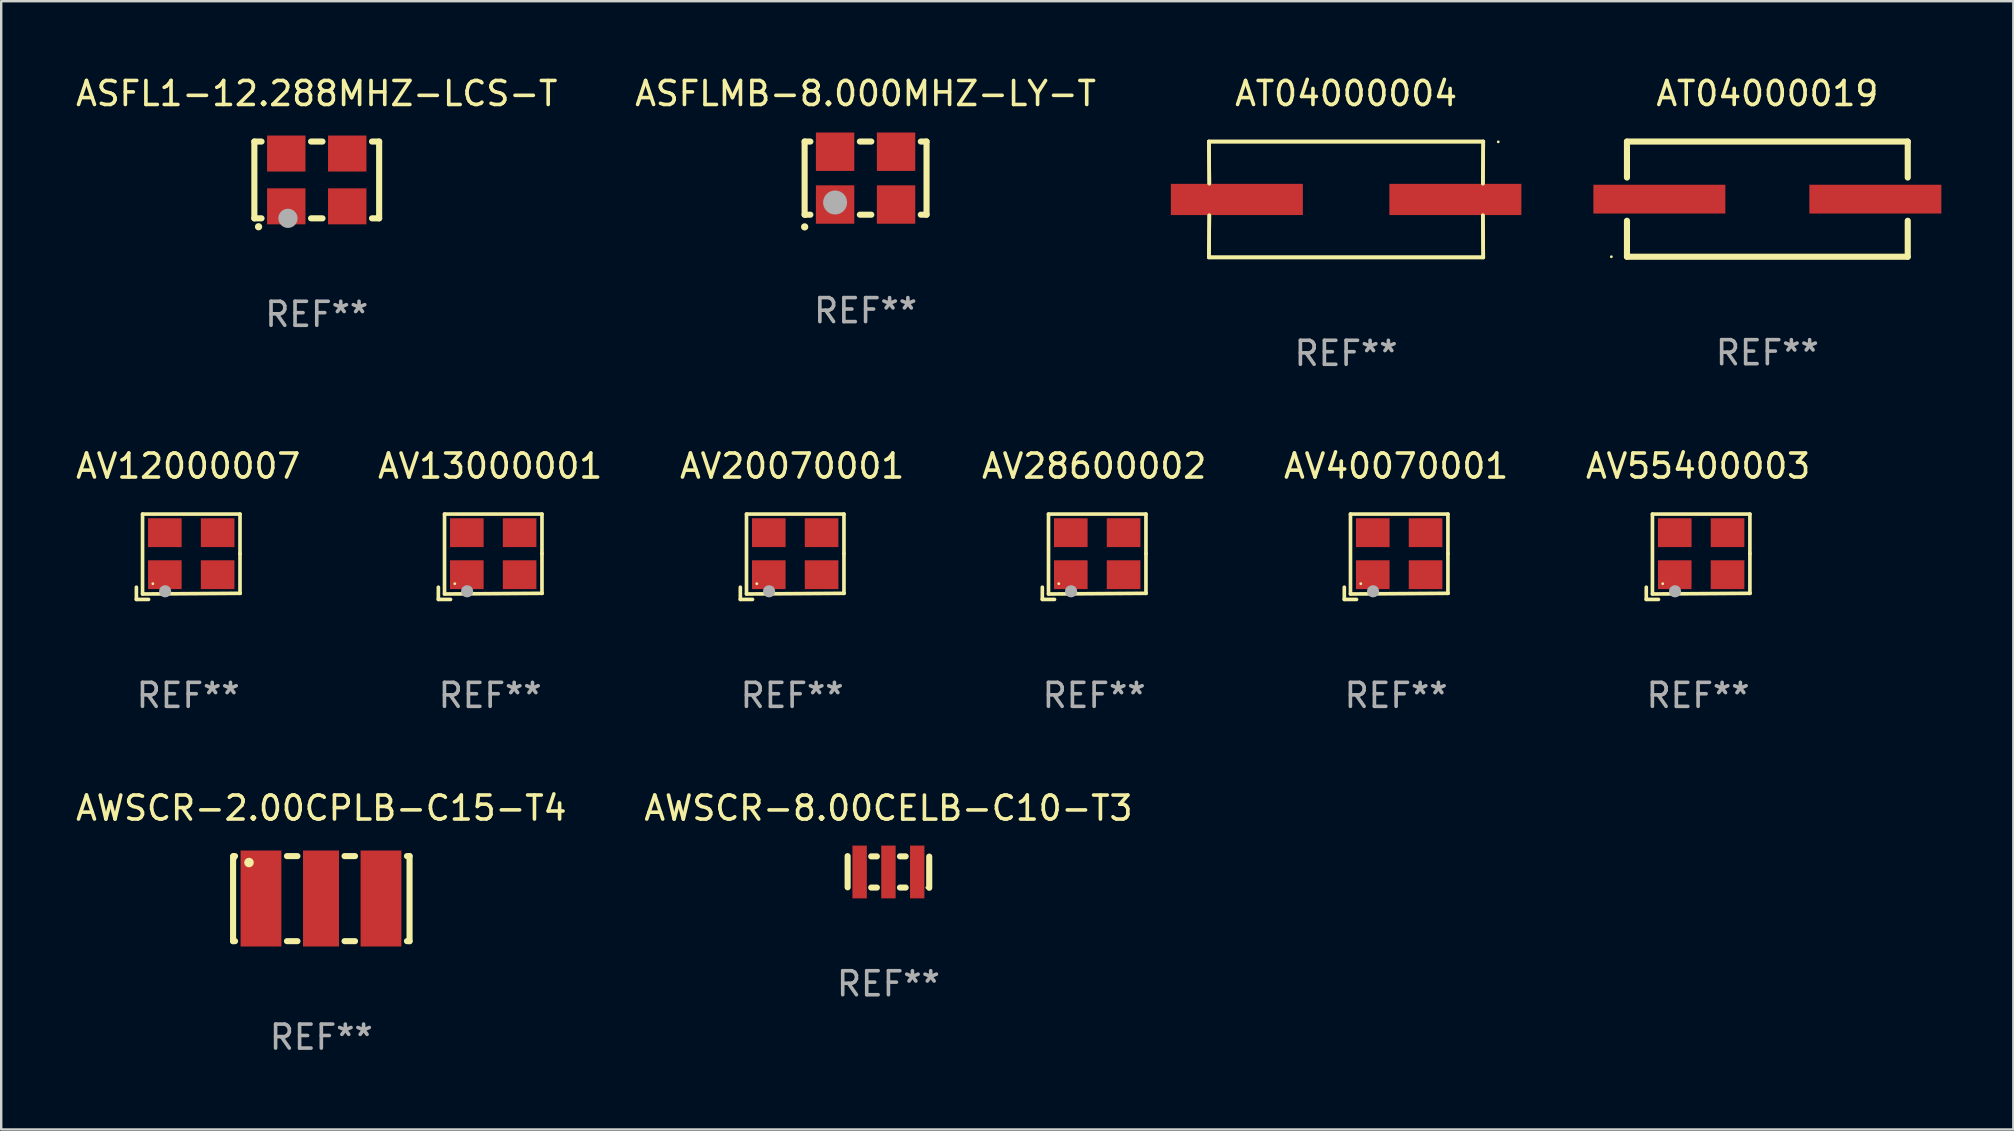
<source format=kicad_pcb>
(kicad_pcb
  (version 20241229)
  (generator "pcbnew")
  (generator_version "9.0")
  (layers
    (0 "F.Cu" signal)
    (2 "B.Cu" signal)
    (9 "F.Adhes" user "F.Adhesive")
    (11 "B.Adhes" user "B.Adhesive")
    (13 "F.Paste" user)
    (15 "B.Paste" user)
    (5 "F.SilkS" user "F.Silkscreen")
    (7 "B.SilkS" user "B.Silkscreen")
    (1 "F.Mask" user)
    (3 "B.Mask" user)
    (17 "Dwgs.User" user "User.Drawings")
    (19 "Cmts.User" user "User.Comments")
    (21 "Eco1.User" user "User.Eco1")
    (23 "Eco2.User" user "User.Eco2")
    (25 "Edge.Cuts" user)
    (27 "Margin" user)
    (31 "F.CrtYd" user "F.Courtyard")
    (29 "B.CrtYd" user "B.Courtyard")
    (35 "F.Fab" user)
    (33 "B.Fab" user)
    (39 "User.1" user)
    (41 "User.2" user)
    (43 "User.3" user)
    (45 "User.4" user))
  (footprint "AT04000004"
    (layer "F.Cu")
    (at 53.041 5.261)
    (property "Reference" "AT04000004" (at 0 -4.413 0) (layer "F.SilkS") (effects (font (size 1 1) (thickness 0.15))))
    (attr through_hole)
    (fp_line (start -5.715 -2.413) (end -5.7 -0.662) (stroke (width 0.152) (type solid)) (layer "F.SilkS"))
    (fp_line (start -5.715 -2.413) (end -5.7 -0.662) (stroke (width 0.152) (type solid)) (layer "F.SilkS"))
    (fp_line (start -5.715 2.413) (end 5.715 2.413) (stroke (width 0.152) (type solid)) (layer "F.SilkS"))
    (fp_line (start -5.715 2.413) (end 5.715 2.413) (stroke (width 0.152) (type solid)) (layer "F.SilkS"))
    (fp_line (start -5.7 0.662) (end -5.715 2.413) (stroke (width 0.152) (type solid)) (layer "F.SilkS"))
    (fp_line (start -5.7 0.662) (end -5.715 2.413) (stroke (width 0.152) (type solid)) (layer "F.SilkS"))
    (fp_line (start 5.7 -0.662) (end 5.715 -2.413) (stroke (width 0.152) (type solid)) (layer "F.SilkS"))
    (fp_line (start 5.7 -0.662) (end 5.715 -2.413) (stroke (width 0.152) (type solid)) (layer "F.SilkS"))
    (fp_line (start 5.715 -2.413) (end -5.715 -2.413) (stroke (width 0.152) (type solid)) (layer "F.SilkS"))
    (fp_line (start 5.715 -2.413) (end -5.715 -2.413) (stroke (width 0.152) (type solid)) (layer "F.SilkS"))
    (fp_line (start 5.715 2.413) (end 5.7 0.662) (stroke (width 0.152) (type solid)) (layer "F.SilkS"))
    (fp_line (start 5.715 2.413) (end 5.7 0.662) (stroke (width 0.152) (type solid)) (layer "F.SilkS"))
    (fp_circle (center 6.34 -2.4) (end 6.37 -2.4) (stroke (width 0.06) (type solid)) (fill no) (layer "F.SilkS"))
    (fp_text user "REF**" (at 0 6.413 0) (layer "F.Fab") (effects (font (size 1 1) (thickness 0.15))))
    (pad "1" smd rect (at 4.553 0) (size 5.5 1.3) (layers "F.Cu" "F.Mask" "F.Paste"))
    (pad "2" smd rect (at -4.553 0) (size 5.5 1.3) (layers "F.Cu" "F.Mask" "F.Paste")))
  (footprint "AT04000019"
    (layer "F.Cu")
    (at 70.594 5.248)
    (property "Reference" "AT04000019" (at 0 -4.4 0) (layer "F.SilkS") (effects (font (size 1 1) (thickness 0.15))))
    (attr through_hole)
    (fp_line (start -5.85 -2.4) (end 5.85 -2.4) (stroke (width 0.254) (type solid)) (layer "F.SilkS"))
    (fp_line (start -5.85 -2.4) (end -5.85 -0.9) (stroke (width 0.254) (type solid)) (layer "F.SilkS"))
    (fp_line (start -5.85 2.4) (end 5.85 2.4) (stroke (width 0.254) (type solid)) (layer "F.SilkS"))
    (fp_line (start -5.85 0.9) (end -5.85 2.4) (stroke (width 0.254) (type solid)) (layer "F.SilkS"))
    (fp_line (start 5.85 -2.4) (end 5.85 -0.9) (stroke (width 0.254) (type solid)) (layer "F.SilkS"))
    (fp_line (start 5.85 0.9) (end 5.85 2.4) (stroke (width 0.254) (type solid)) (layer "F.SilkS"))
    (fp_circle (center -6.5 2.4) (end -6.47 2.4) (stroke (width 0.06) (type solid)) (fill no) (layer "F.SilkS"))
    (fp_text user "REF**" (at 0 6.4 0) (layer "F.Fab") (effects (font (size 1 1) (thickness 0.15))))
    (pad "1" smd rect (at -4.5 -0.000025) (size 5.5 1.2) (layers "F.Cu" "F.Mask" "F.Paste"))
    (pad "2" smd rect (at 4.5 -0.000025) (size 5.5 1.2) (layers "F.Cu" "F.Mask" "F.Paste")))
  (footprint "AV28600002"
    (layer "F.Cu")
    (at 42.542 20.149)
    (property "Reference" "AV28600002" (at 0 -3.778 0) (layer "F.SilkS") (effects (font (size 1 1) (thickness 0.15))))
    (attr through_hole)
    (fp_line (start -2.159 1.27) (end -2.159 1.778) (stroke (width 0.152) (type solid)) (layer "F.SilkS"))
    (fp_line (start -2.159 1.778) (end -1.651 1.778) (stroke (width 0.152) (type solid)) (layer "F.SilkS"))
    (fp_line (start -1.902 -1.778) (end 2.159 -1.778) (stroke (width 0.152) (type solid)) (layer "F.SilkS"))
    (fp_line (start -1.902 1.552) (end -1.902 -1.778) (stroke (width 0.152) (type solid)) (layer "F.SilkS"))
    (fp_line (start 2.159 -1.778) (end 2.159 -0.127) (stroke (width 0.152) (type solid)) (layer "F.SilkS"))
    (fp_line (start 2.159 -0.127) (end 2.159 1.524) (stroke (width 0.152) (type solid)) (layer "F.SilkS"))
    (fp_line (start 2.159 1.524) (end -1.902 1.552) (stroke (width 0.152) (type solid)) (layer "F.SilkS"))
    (fp_line (start 2.159 1.524) (end 2.159 1.524) (stroke (width 0.152) (type solid)) (layer "F.SilkS"))
    (fp_circle (center -1.473 1.123) (end -1.443 1.123) (stroke (width 0.06) (type solid)) (fill no) (layer "F.SilkS"))
    (fp_circle (center -0.961 1.44) (end -0.834 1.44) (stroke (width 0.254) (type solid)) (fill no) (layer "F.Fab"))
    (fp_text user "REF**" (at 0 5.778 0) (layer "F.Fab") (effects (font (size 1 1) (thickness 0.15))))
    (pad "1" smd rect (at -0.973 0.748) (size 1.4 1.2) (layers "F.Cu" "F.Mask" "F.Paste"))
    (pad "2" smd rect (at 1.227 0.748) (size 1.4 1.2) (layers "F.Cu" "F.Mask" "F.Paste"))
    (pad "3" smd rect (at 1.227 -1.002) (size 1.4 1.2) (layers "F.Cu" "F.Mask" "F.Paste"))
    (pad "4" smd rect (at -0.973 -1.002) (size 1.4 1.2) (layers "F.Cu" "F.Mask" "F.Paste")))
  (footprint "AWSCR-2.00CPLB-C15-T4"
    (layer "F.Cu")
    (at 10.339 34.395)
    (property "Reference" "AWSCR-2.00CPLB-C15-T4" (at 0 -3.772 0) (layer "F.SilkS") (effects (font (size 1 1) (thickness 0.15))))
    (attr through_hole)
    (fp_line (start -3.677 -1.746) (end -3.677 1.772) (stroke (width 0.254) (type solid)) (layer "F.SilkS"))
    (fp_line (start -3.677 1.772) (end -3.595 1.772) (stroke (width 0.254) (type solid)) (layer "F.SilkS"))
    (fp_line (start -3.664 -1.772) (end -3.664 -1.657) (stroke (width 0.254) (type solid)) (layer "F.SilkS"))
    (fp_line (start -3.595 -1.772) (end -3.664 -1.772) (stroke (width 0.254) (type solid)) (layer "F.SilkS"))
    (fp_line (start -1.432 1.772) (end -0.995 1.772) (stroke (width 0.254) (type solid)) (layer "F.SilkS"))
    (fp_line (start -0.995 -1.772) (end -1.432 -1.772) (stroke (width 0.254) (type solid)) (layer "F.SilkS"))
    (fp_line (start 0.968 1.772) (end 1.405 1.772) (stroke (width 0.254) (type solid)) (layer "F.SilkS"))
    (fp_line (start 1.405 -1.772) (end 0.968 -1.772) (stroke (width 0.254) (type solid)) (layer "F.SilkS"))
    (fp_line (start 3.568 1.772) (end 3.677 1.772) (stroke (width 0.254) (type solid)) (layer "F.SilkS"))
    (fp_line (start 3.677 -1.772) (end 3.568 -1.772) (stroke (width 0.254) (type solid)) (layer "F.SilkS"))
    (fp_line (start 3.677 1.772) (end 3.677 -1.772) (stroke (width 0.254) (type solid)) (layer "F.SilkS"))
    (fp_circle (center -3.013 -1.504) (end -2.913 -1.504) (stroke (width 0.2) (type solid)) (fill no) (layer "F.SilkS"))
    (fp_text user "REF**" (at 0 5.772 0) (layer "F.Fab") (effects (font (size 1 1) (thickness 0.15))))
    (pad "1" smd rect (at -2.514 -0.005) (size 1.7 4) (layers "F.Cu" "F.Mask" "F.Paste"))
    (pad "2" smd rect (at -0.013 -0.005) (size 1.5 4) (layers "F.Cu" "F.Mask" "F.Paste"))
    (pad "3" smd rect (at 2.486 -0.005) (size 1.7 4) (layers "F.Cu" "F.Mask" "F.Paste")))
  (footprint "ASFL1-12.288MHZ-LCS-T"
    (layer "F.Cu")
    (at 10.149 4.448)
    (property "Reference" "ASFL1-12.288MHZ-LCS-T" (at 0 -3.6 0) (layer "F.SilkS") (effects (font (size 1 1) (thickness 0.15))))
    (attr through_hole)
    (fp_line (start -2.6 -1.6) (end -2.301 -1.6) (stroke (width 0.254) (type solid)) (layer "F.SilkS"))
    (fp_line (start -2.6 1.6) (end -2.6 -1.6) (stroke (width 0.254) (type solid)) (layer "F.SilkS"))
    (fp_line (start -2.301 1.6) (end -2.6 1.6) (stroke (width 0.254) (type solid)) (layer "F.SilkS"))
    (fp_line (start -0.239 -1.6) (end 0.239 -1.6) (stroke (width 0.254) (type solid)) (layer "F.SilkS"))
    (fp_line (start 0.239 1.6) (end -0.239 1.6) (stroke (width 0.254) (type solid)) (layer "F.SilkS"))
    (fp_line (start 2.301 -1.6) (end 2.6 -1.6) (stroke (width 0.254) (type solid)) (layer "F.SilkS"))
    (fp_line (start 2.6 -1.6) (end 2.6 1.6) (stroke (width 0.254) (type solid)) (layer "F.SilkS"))
    (fp_line (start 2.6 1.6) (end 2.301 1.6) (stroke (width 0.254) (type solid)) (layer "F.SilkS"))
    (fp_arc (start -2.426213 1.949987) (mid -2.424943 1.949982) (end -2.423673 1.949987) (stroke (width 0.3) (type solid)) (layer "F.SilkS"))
    (fp_circle (center -2.5 1.6) (end -2.47 1.6) (stroke (width 0.06) (type solid)) (fill no) (layer "F.SilkS"))
    (fp_circle (center -1.2 1.6) (end -1 1.6) (stroke (width 0.4) (type solid)) (fill no) (layer "F.Fab"))
    (fp_text user "REF**" (at 0 5.6 0) (layer "F.Fab") (effects (font (size 1 1) (thickness 0.15))))
    (pad "1" smd rect (at -1.27 1.1) (size 1.6 1.5) (layers "F.Cu" "F.Mask" "F.Paste"))
    (pad "2" smd rect (at 1.27 1.1) (size 1.6 1.5) (layers "F.Cu" "F.Mask" "F.Paste"))
    (pad "3" smd rect (at 1.27 -1.1) (size 1.6 1.5) (layers "F.Cu" "F.Mask" "F.Paste"))
    (pad "4" smd rect (at -1.27 -1.1) (size 1.6 1.5) (layers "F.Cu" "F.Mask" "F.Paste")))
  (footprint "AV40070001"
    (layer "F.Cu")
    (at 55.125 20.149)
    (property "Reference" "AV40070001" (at 0 -3.778 0) (layer "F.SilkS") (effects (font (size 1 1) (thickness 0.15))))
    (attr through_hole)
    (fp_line (start -2.159 1.27) (end -2.159 1.778) (stroke (width 0.152) (type solid)) (layer "F.SilkS"))
    (fp_line (start -2.159 1.778) (end -1.651 1.778) (stroke (width 0.152) (type solid)) (layer "F.SilkS"))
    (fp_line (start -1.902 -1.778) (end 2.159 -1.778) (stroke (width 0.152) (type solid)) (layer "F.SilkS"))
    (fp_line (start -1.902 1.552) (end -1.902 -1.778) (stroke (width 0.152) (type solid)) (layer "F.SilkS"))
    (fp_line (start 2.159 -1.778) (end 2.159 -0.127) (stroke (width 0.152) (type solid)) (layer "F.SilkS"))
    (fp_line (start 2.159 -0.127) (end 2.159 1.524) (stroke (width 0.152) (type solid)) (layer "F.SilkS"))
    (fp_line (start 2.159 1.524) (end -1.902 1.552) (stroke (width 0.152) (type solid)) (layer "F.SilkS"))
    (fp_line (start 2.159 1.524) (end 2.159 1.524) (stroke (width 0.152) (type solid)) (layer "F.SilkS"))
    (fp_circle (center -1.473 1.123) (end -1.443 1.123) (stroke (width 0.06) (type solid)) (fill no) (layer "F.SilkS"))
    (fp_circle (center -0.961 1.44) (end -0.834 1.44) (stroke (width 0.254) (type solid)) (fill no) (layer "F.Fab"))
    (fp_text user "REF**" (at 0 5.778 0) (layer "F.Fab") (effects (font (size 1 1) (thickness 0.15))))
    (pad "1" smd rect (at -0.973 0.748) (size 1.4 1.2) (layers "F.Cu" "F.Mask" "F.Paste"))
    (pad "2" smd rect (at 1.227 0.748) (size 1.4 1.2) (layers "F.Cu" "F.Mask" "F.Paste"))
    (pad "3" smd rect (at 1.227 -1.002) (size 1.4 1.2) (layers "F.Cu" "F.Mask" "F.Paste"))
    (pad "4" smd rect (at -0.973 -1.002) (size 1.4 1.2) (layers "F.Cu" "F.Mask" "F.Paste")))
  (footprint "AWSCR-8.00CELB-C10-T3"
    (layer "F.Cu")
    (at 33.97 33.284)
    (property "Reference" "AWSCR-8.00CELB-C10-T3" (at 0 -2.66 0) (layer "F.SilkS") (effects (font (size 1 1) (thickness 0.15))))
    (attr through_hole)
    (fp_line (start -1.7 -0.66) (end -1.7 0.64) (stroke (width 0.254) (type solid)) (layer "F.SilkS"))
    (fp_line (start -0.481 -0.65) (end -0.718 -0.65) (stroke (width 0.254) (type solid)) (layer "F.SilkS"))
    (fp_line (start -0.481 0.65) (end -0.718 0.65) (stroke (width 0.254) (type solid)) (layer "F.SilkS"))
    (fp_line (start 0.718 -0.65) (end 0.481 -0.65) (stroke (width 0.254) (type solid)) (layer "F.SilkS"))
    (fp_line (start 0.718 0.65) (end 0.481 0.65) (stroke (width 0.254) (type solid)) (layer "F.SilkS"))
    (fp_line (start 1.7 0.66) (end 1.7 -0.64) (stroke (width 0.254) (type solid)) (layer "F.SilkS"))
    (fp_circle (center 1.6 0.65) (end 1.63 0.65) (stroke (width 0.06) (type solid)) (fill no) (layer "F.SilkS"))
    (fp_text user "REF**" (at 0 4.66 0) (layer "F.Fab") (effects (font (size 1 1) (thickness 0.15))))
    (pad "1" smd rect (at 1.2 -0.000025) (size 0.6 2.2) (layers "F.Cu" "F.Mask" "F.Paste"))
    (pad "2" smd rect (at -0.000076 -0.000025) (size 0.6 2.2) (layers "F.Cu" "F.Mask" "F.Paste"))
    (pad "3" smd rect (at -1.2 -0.000025) (size 0.6 2.2) (layers "F.Cu" "F.Mask" "F.Paste")))
  (footprint "ASFLMB-8.000MHZ-LY-T"
    (layer "F.Cu")
    (at 33.018 4.372)
    (property "Reference" "ASFLMB-8.000MHZ-LY-T" (at 0 -3.524 0) (layer "F.SilkS") (effects (font (size 1 1) (thickness 0.15))))
    (attr through_hole)
    (fp_line (start -2.54 -1.524) (end -2.301 -1.524) (stroke (width 0.254) (type solid)) (layer "F.SilkS"))
    (fp_line (start -2.54 1.524) (end -2.54 -1.524) (stroke (width 0.254) (type solid)) (layer "F.SilkS"))
    (fp_line (start -2.301 1.524) (end -2.54 1.524) (stroke (width 0.254) (type solid)) (layer "F.SilkS"))
    (fp_line (start -0.239 -1.524) (end 0.239 -1.524) (stroke (width 0.254) (type solid)) (layer "F.SilkS"))
    (fp_line (start 0.239 1.524) (end -0.239 1.524) (stroke (width 0.254) (type solid)) (layer "F.SilkS"))
    (fp_line (start 2.301 -1.524) (end 2.54 -1.524) (stroke (width 0.254) (type solid)) (layer "F.SilkS"))
    (fp_line (start 2.54 -1.524) (end 2.54 1.524) (stroke (width 0.254) (type solid)) (layer "F.SilkS"))
    (fp_line (start 2.54 1.524) (end 2.301 1.524) (stroke (width 0.254) (type solid)) (layer "F.SilkS"))
    (fp_arc (start -2.540005 2.032004) (mid -2.538735 2.031999) (end -2.537465 2.032004) (stroke (width 0.3) (type solid)) (layer "F.SilkS"))
    (fp_circle (center -2.5 1.6) (end -2.47 1.6) (stroke (width 0.06) (type solid)) (fill no) (layer "F.SilkS"))
    (fp_circle (center -1.27 1.016) (end -1.02 1.016) (stroke (width 0.5) (type solid)) (fill no) (layer "F.Fab"))
    (fp_text user "REF**" (at 0 5.524 0) (layer "F.Fab") (effects (font (size 1 1) (thickness 0.15))))
    (pad "1" smd rect (at -1.27 1.1) (size 1.6 1.6) (layers "F.Cu" "F.Mask" "F.Paste"))
    (pad "2" smd rect (at 1.27 1.1) (size 1.6 1.6) (layers "F.Cu" "F.Mask" "F.Paste"))
    (pad "3" smd rect (at 1.27 -1.1) (size 1.6 1.6) (layers "F.Cu" "F.Mask" "F.Paste"))
    (pad "4" smd rect (at -1.27 -1.1) (size 1.6 1.6) (layers "F.Cu" "F.Mask" "F.Paste")))
  (footprint "AV55400003"
    (layer "F.Cu")
    (at 67.708 20.149)
    (property "Reference" "AV55400003" (at 0 -3.778 0) (layer "F.SilkS") (effects (font (size 1 1) (thickness 0.15))))
    (attr through_hole)
    (fp_line (start -2.159 1.27) (end -2.159 1.778) (stroke (width 0.152) (type solid)) (layer "F.SilkS"))
    (fp_line (start -2.159 1.778) (end -1.651 1.778) (stroke (width 0.152) (type solid)) (layer "F.SilkS"))
    (fp_line (start -1.902 -1.778) (end 2.159 -1.778) (stroke (width 0.152) (type solid)) (layer "F.SilkS"))
    (fp_line (start -1.902 1.552) (end -1.902 -1.778) (stroke (width 0.152) (type solid)) (layer "F.SilkS"))
    (fp_line (start 2.159 -1.778) (end 2.159 -0.127) (stroke (width 0.152) (type solid)) (layer "F.SilkS"))
    (fp_line (start 2.159 -0.127) (end 2.159 1.524) (stroke (width 0.152) (type solid)) (layer "F.SilkS"))
    (fp_line (start 2.159 1.524) (end -1.902 1.552) (stroke (width 0.152) (type solid)) (layer "F.SilkS"))
    (fp_line (start 2.159 1.524) (end 2.159 1.524) (stroke (width 0.152) (type solid)) (layer "F.SilkS"))
    (fp_circle (center -1.473 1.123) (end -1.443 1.123) (stroke (width 0.06) (type solid)) (fill no) (layer "F.SilkS"))
    (fp_circle (center -0.961 1.44) (end -0.834 1.44) (stroke (width 0.254) (type solid)) (fill no) (layer "F.Fab"))
    (fp_text user "REF**" (at 0 5.778 0) (layer "F.Fab") (effects (font (size 1 1) (thickness 0.15))))
    (pad "1" smd rect (at -0.973 0.748) (size 1.4 1.2) (layers "F.Cu" "F.Mask" "F.Paste"))
    (pad "2" smd rect (at 1.227 0.748) (size 1.4 1.2) (layers "F.Cu" "F.Mask" "F.Paste"))
    (pad "3" smd rect (at 1.227 -1.002) (size 1.4 1.2) (layers "F.Cu" "F.Mask" "F.Paste"))
    (pad "4" smd rect (at -0.973 -1.002) (size 1.4 1.2) (layers "F.Cu" "F.Mask" "F.Paste")))
  (footprint "AV20070001"
    (layer "F.Cu")
    (at 29.958 20.149)
    (property "Reference" "AV20070001" (at 0 -3.778 0) (layer "F.SilkS") (effects (font (size 1 1) (thickness 0.15))))
    (attr through_hole)
    (fp_line (start -2.159 1.27) (end -2.159 1.778) (stroke (width 0.152) (type solid)) (layer "F.SilkS"))
    (fp_line (start -2.159 1.778) (end -1.651 1.778) (stroke (width 0.152) (type solid)) (layer "F.SilkS"))
    (fp_line (start -1.902 -1.778) (end 2.159 -1.778) (stroke (width 0.152) (type solid)) (layer "F.SilkS"))
    (fp_line (start -1.902 1.552) (end -1.902 -1.778) (stroke (width 0.152) (type solid)) (layer "F.SilkS"))
    (fp_line (start 2.159 -1.778) (end 2.159 -0.127) (stroke (width 0.152) (type solid)) (layer "F.SilkS"))
    (fp_line (start 2.159 -0.127) (end 2.159 1.524) (stroke (width 0.152) (type solid)) (layer "F.SilkS"))
    (fp_line (start 2.159 1.524) (end -1.902 1.552) (stroke (width 0.152) (type solid)) (layer "F.SilkS"))
    (fp_line (start 2.159 1.524) (end 2.159 1.524) (stroke (width 0.152) (type solid)) (layer "F.SilkS"))
    (fp_circle (center -1.473 1.123) (end -1.443 1.123) (stroke (width 0.06) (type solid)) (fill no) (layer "F.SilkS"))
    (fp_circle (center -0.961 1.44) (end -0.834 1.44) (stroke (width 0.254) (type solid)) (fill no) (layer "F.Fab"))
    (fp_text user "REF**" (at 0 5.778 0) (layer "F.Fab") (effects (font (size 1 1) (thickness 0.15))))
    (pad "1" smd rect (at -0.973 0.748) (size 1.4 1.2) (layers "F.Cu" "F.Mask" "F.Paste"))
    (pad "2" smd rect (at 1.227 0.748) (size 1.4 1.2) (layers "F.Cu" "F.Mask" "F.Paste"))
    (pad "3" smd rect (at 1.227 -1.002) (size 1.4 1.2) (layers "F.Cu" "F.Mask" "F.Paste"))
    (pad "4" smd rect (at -0.973 -1.002) (size 1.4 1.2) (layers "F.Cu" "F.Mask" "F.Paste")))
  (footprint "AV12000007"
    (layer "F.Cu")
    (at 4.792 20.149)
    (property "Reference" "AV12000007" (at 0 -3.778 0) (layer "F.SilkS") (effects (font (size 1 1) (thickness 0.15))))
    (attr through_hole)
    (fp_line (start -2.159 1.27) (end -2.159 1.778) (stroke (width 0.152) (type solid)) (layer "F.SilkS"))
    (fp_line (start -2.159 1.778) (end -1.651 1.778) (stroke (width 0.152) (type solid)) (layer "F.SilkS"))
    (fp_line (start -1.902 -1.778) (end 2.159 -1.778) (stroke (width 0.152) (type solid)) (layer "F.SilkS"))
    (fp_line (start -1.902 1.552) (end -1.902 -1.778) (stroke (width 0.152) (type solid)) (layer "F.SilkS"))
    (fp_line (start 2.159 -1.778) (end 2.159 -0.127) (stroke (width 0.152) (type solid)) (layer "F.SilkS"))
    (fp_line (start 2.159 -0.127) (end 2.159 1.524) (stroke (width 0.152) (type solid)) (layer "F.SilkS"))
    (fp_line (start 2.159 1.524) (end -1.902 1.552) (stroke (width 0.152) (type solid)) (layer "F.SilkS"))
    (fp_line (start 2.159 1.524) (end 2.159 1.524) (stroke (width 0.152) (type solid)) (layer "F.SilkS"))
    (fp_circle (center -1.473 1.123) (end -1.443 1.123) (stroke (width 0.06) (type solid)) (fill no) (layer "F.SilkS"))
    (fp_circle (center -0.961 1.44) (end -0.834 1.44) (stroke (width 0.254) (type solid)) (fill no) (layer "F.Fab"))
    (fp_text user "REF**" (at 0 5.778 0) (layer "F.Fab") (effects (font (size 1 1) (thickness 0.15))))
    (pad "1" smd rect (at -0.973 0.748) (size 1.4 1.2) (layers "F.Cu" "F.Mask" "F.Paste"))
    (pad "2" smd rect (at 1.227 0.748) (size 1.4 1.2) (layers "F.Cu" "F.Mask" "F.Paste"))
    (pad "3" smd rect (at 1.227 -1.002) (size 1.4 1.2) (layers "F.Cu" "F.Mask" "F.Paste"))
    (pad "4" smd rect (at -0.973 -1.002) (size 1.4 1.2) (layers "F.Cu" "F.Mask" "F.Paste")))
  (footprint "AV13000001"
    (layer "F.Cu")
    (at 17.375 20.149)
    (property "Reference" "AV13000001" (at 0 -3.778 0) (layer "F.SilkS") (effects (font (size 1 1) (thickness 0.15))))
    (attr through_hole)
    (fp_line (start -2.159 1.27) (end -2.159 1.778) (stroke (width 0.152) (type solid)) (layer "F.SilkS"))
    (fp_line (start -2.159 1.778) (end -1.651 1.778) (stroke (width 0.152) (type solid)) (layer "F.SilkS"))
    (fp_line (start -1.902 -1.778) (end 2.159 -1.778) (stroke (width 0.152) (type solid)) (layer "F.SilkS"))
    (fp_line (start -1.902 1.552) (end -1.902 -1.778) (stroke (width 0.152) (type solid)) (layer "F.SilkS"))
    (fp_line (start 2.159 -1.778) (end 2.159 -0.127) (stroke (width 0.152) (type solid)) (layer "F.SilkS"))
    (fp_line (start 2.159 -0.127) (end 2.159 1.524) (stroke (width 0.152) (type solid)) (layer "F.SilkS"))
    (fp_line (start 2.159 1.524) (end -1.902 1.552) (stroke (width 0.152) (type solid)) (layer "F.SilkS"))
    (fp_line (start 2.159 1.524) (end 2.159 1.524) (stroke (width 0.152) (type solid)) (layer "F.SilkS"))
    (fp_circle (center -1.473 1.123) (end -1.443 1.123) (stroke (width 0.06) (type solid)) (fill no) (layer "F.SilkS"))
    (fp_circle (center -0.961 1.44) (end -0.834 1.44) (stroke (width 0.254) (type solid)) (fill no) (layer "F.Fab"))
    (fp_text user "REF**" (at 0 5.778 0) (layer "F.Fab") (effects (font (size 1 1) (thickness 0.15))))
    (pad "1" smd rect (at -0.973 0.748) (size 1.4 1.2) (layers "F.Cu" "F.Mask" "F.Paste"))
    (pad "2" smd rect (at 1.227 0.748) (size 1.4 1.2) (layers "F.Cu" "F.Mask" "F.Paste"))
    (pad "3" smd rect (at 1.227 -1.002) (size 1.4 1.2) (layers "F.Cu" "F.Mask" "F.Paste"))
    (pad "4" smd rect (at -0.973 -1.002) (size 1.4 1.2) (layers "F.Cu" "F.Mask" "F.Paste")))
  (gr_rect
    (start -3 -3)
    (end 80.844 44.015)
    (stroke (width 0.1) (type default))
    (fill no)
    (layer "Edge.Cuts")))
</source>
